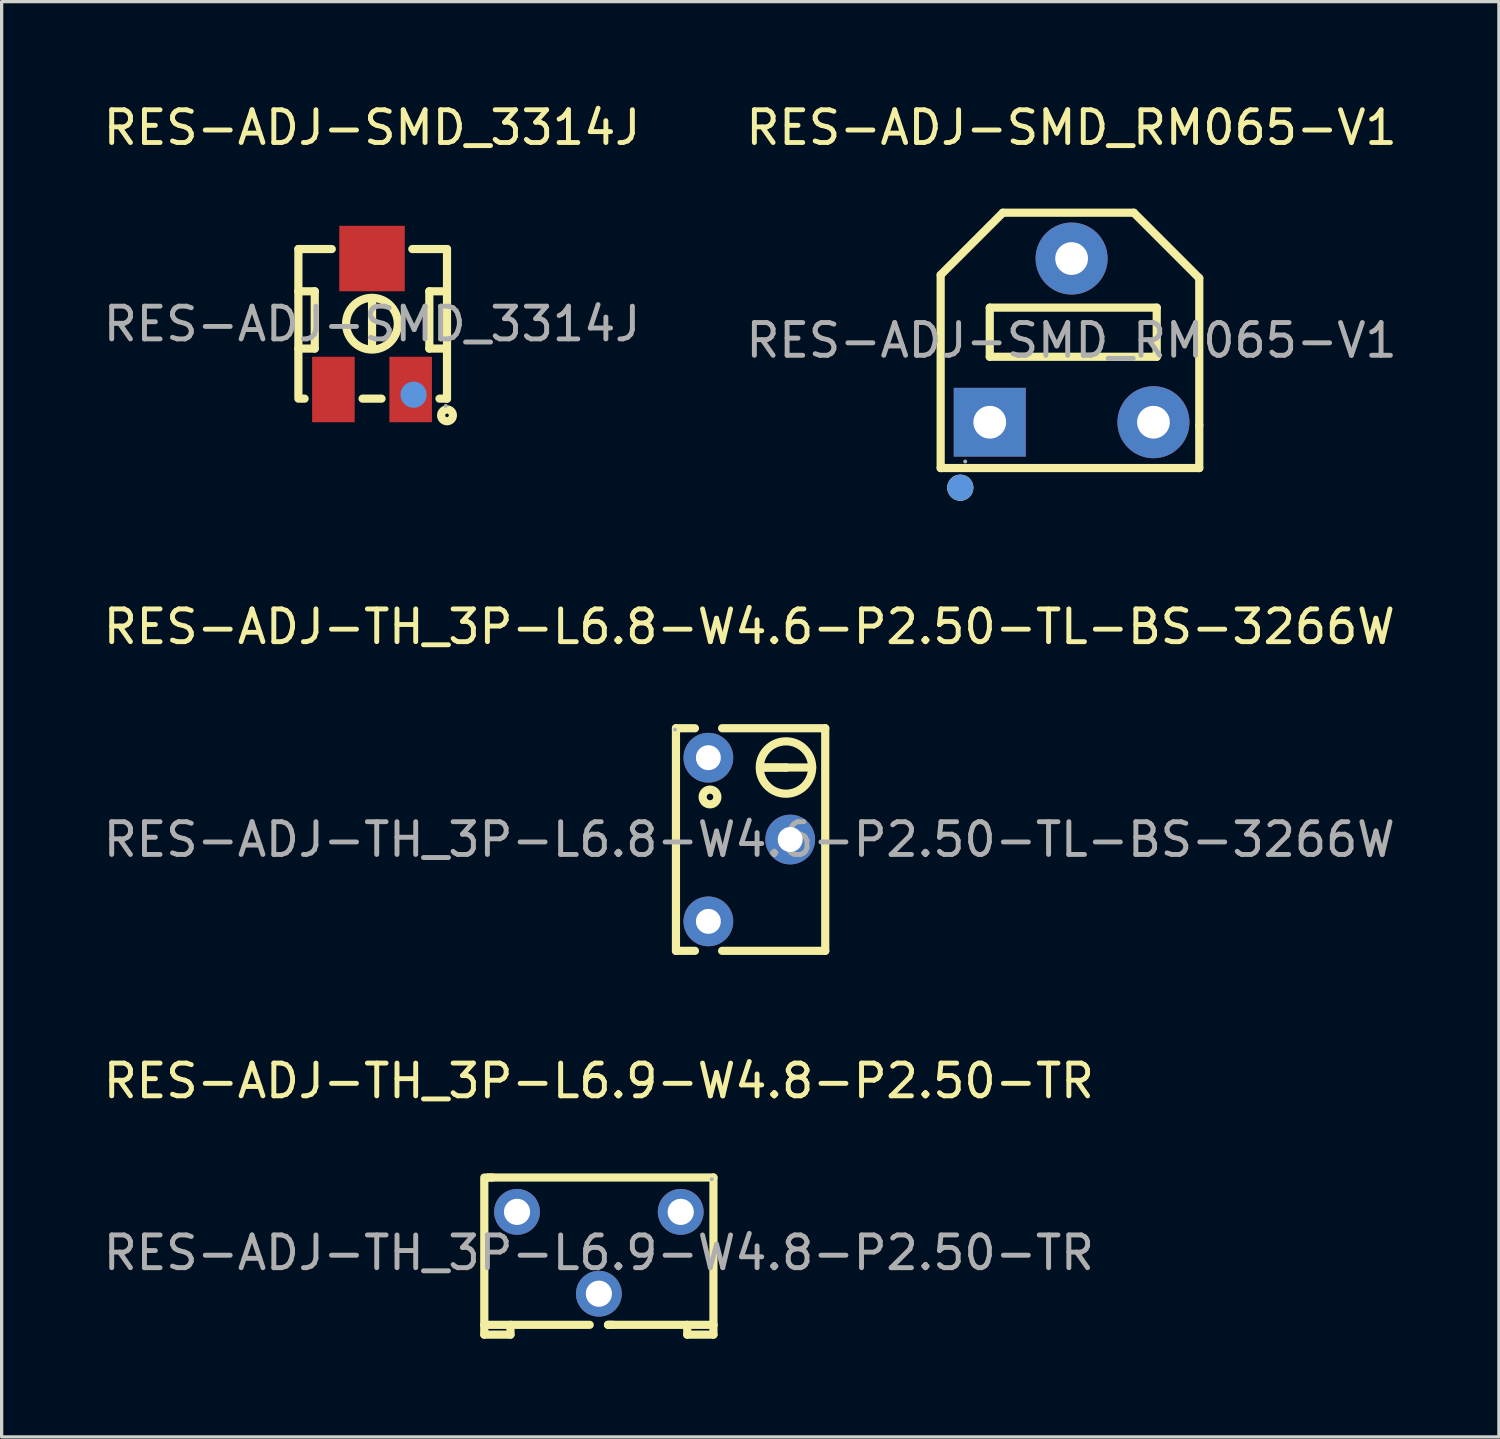
<source format=kicad_pcb>
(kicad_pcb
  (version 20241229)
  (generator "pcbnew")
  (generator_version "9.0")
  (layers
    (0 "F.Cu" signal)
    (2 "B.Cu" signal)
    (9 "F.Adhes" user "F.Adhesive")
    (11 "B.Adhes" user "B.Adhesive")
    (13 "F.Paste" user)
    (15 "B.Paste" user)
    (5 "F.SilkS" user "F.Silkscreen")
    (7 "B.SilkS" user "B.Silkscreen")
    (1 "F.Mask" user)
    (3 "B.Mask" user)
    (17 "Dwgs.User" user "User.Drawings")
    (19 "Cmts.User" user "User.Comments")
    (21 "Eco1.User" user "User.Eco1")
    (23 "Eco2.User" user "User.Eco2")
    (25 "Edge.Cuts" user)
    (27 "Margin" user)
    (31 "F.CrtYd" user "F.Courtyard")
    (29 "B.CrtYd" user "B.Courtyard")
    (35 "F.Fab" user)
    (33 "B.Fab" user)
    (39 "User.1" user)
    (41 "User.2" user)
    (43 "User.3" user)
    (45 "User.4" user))
  (footprint "RES-ADJ-SMD_RM065-V1"
    (layer "F.Cu")
    (at 29.685 7.348)
    (property "Reference" "RES-ADJ-SMD_RM065-V1" (at 0 -6.5 0) (layer "F.SilkS") (effects (font (size 1 1) (thickness 0.15))))
    (attr smd)
    (fp_line (start -4 -2) (end -2.1 -3.9) (stroke (width 0.25) (type solid)) (layer "F.SilkS"))
    (fp_line (start -4 3.9) (end -4 -2) (stroke (width 0.25) (type solid)) (layer "F.SilkS"))
    (fp_line (start -2.5 -1) (end 2.6 -1) (stroke (width 0.25) (type solid)) (layer "F.SilkS"))
    (fp_line (start -2.5 0.5) (end -2.5 -1) (stroke (width 0.25) (type solid)) (layer "F.SilkS"))
    (fp_line (start -2.1 -3.9) (end 1.9 -3.9) (stroke (width 0.25) (type solid)) (layer "F.SilkS"))
    (fp_line (start 1.9 -3.9) (end 3.9 -1.9) (stroke (width 0.25) (type solid)) (layer "F.SilkS"))
    (fp_line (start 2.6 -1) (end 2.6 0.5) (stroke (width 0.25) (type solid)) (layer "F.SilkS"))
    (fp_line (start 2.6 0.5) (end -2.5 0.5) (stroke (width 0.25) (type solid)) (layer "F.SilkS"))
    (fp_line (start 3.9 -1.9) (end 3.9 2.6) (stroke (width 0.25) (type solid)) (layer "F.SilkS"))
    (fp_line (start 3.9 2.6) (end 3.9 3.9) (stroke (width 0.25) (type solid)) (layer "F.SilkS"))
    (fp_line (start 3.9 3.9) (end -4 3.9) (stroke (width 0.25) (type solid)) (layer "F.SilkS"))
    (fp_circle (center -3.4 4.5) (end -3.2 4.5) (stroke (width 0.4) (type solid)) (fill no) (layer "F.SilkS"))
    (fp_circle (center -3.4 4.5) (end -3.2 4.5) (stroke (width 0.4) (type solid)) (fill no) (layer "Cmts.User"))
    (fp_circle (center -3.25 3.7) (end -3.22 3.7) (stroke (width 0.06) (type solid)) (fill no) (layer "F.Fab"))
    (fp_text user "${REFERENCE}" (at 0 0 0) (layer "F.Fab") (effects (font (size 1 1) (thickness 0.15))))
    (pad "1" thru_hole rect (at -2.5 2.5) (size 2.2 2.1) (drill 1) (layers "*.Cu" "*.Mask"))
    (pad "2" thru_hole circle (at 0 -2.5) (size 2.2 2.2) (drill 1) (layers "*.Cu" "*.Mask"))
    (pad "3" thru_hole circle (at 2.5 2.5) (size 2.2 2.2) (drill 1) (layers "*.Cu" "*.Mask")))
  (footprint "RES-ADJ-SMD_3314J"
    (layer "F.Cu")
    (at 8.315 6.848)
    (property "Reference" "RES-ADJ-SMD_3314J" (at 0 -6 0) (layer "F.SilkS") (effects (font (size 1 1) (thickness 0.15))))
    (attr smd)
    (fp_line (start -2.25 -2.29) (end -1.23 -2.29) (stroke (width 0.25) (type solid)) (layer "F.SilkS"))
    (fp_line (start -2.25 -1) (end -2.25 -2.29) (stroke (width 0.25) (type solid)) (layer "F.SilkS"))
    (fp_line (start -2.25 -1) (end -2.25 2.28) (stroke (width 0.25) (type solid)) (layer "F.SilkS"))
    (fp_line (start -2.25 -1) (end -1.75 -1) (stroke (width 0.25) (type solid)) (layer "F.SilkS"))
    (fp_line (start -2.06 2.28) (end -2.16 2.28) (stroke (width 0.25) (type solid)) (layer "F.SilkS"))
    (fp_line (start -1.75 -1) (end -1.75 0.75) (stroke (width 0.25) (type solid)) (layer "F.SilkS"))
    (fp_line (start -1.75 0.75) (end -2.25 0.75) (stroke (width 0.25) (type solid)) (layer "F.SilkS"))
    (fp_line (start 0 0.75) (end 0 -0.75) (stroke (width 0.25) (type solid)) (layer "F.SilkS"))
    (fp_line (start 0.29 2.28) (end -0.29 2.28) (stroke (width 0.25) (type solid)) (layer "F.SilkS"))
    (fp_line (start 1.23 -2.29) (end 2.29 -2.29) (stroke (width 0.25) (type solid)) (layer "F.SilkS"))
    (fp_line (start 1.75 -1) (end 2.25 -1) (stroke (width 0.25) (type solid)) (layer "F.SilkS"))
    (fp_line (start 1.75 0.75) (end 1.75 -1) (stroke (width 0.25) (type solid)) (layer "F.SilkS"))
    (fp_line (start 2.25 0.75) (end 1.75 0.75) (stroke (width 0.25) (type solid)) (layer "F.SilkS"))
    (fp_line (start 2.29 -2.29) (end 2.29 2.28) (stroke (width 0.25) (type solid)) (layer "F.SilkS"))
    (fp_line (start 2.29 2.28) (end 2.06 2.28) (stroke (width 0.25) (type solid)) (layer "F.SilkS"))
    (fp_arc (start 0.01 -0.8) (mid -0.004967 0.780048) (end -0.000066 -0.800063) (stroke (width 0.25) (type solid)) (layer "F.SilkS"))
    (fp_circle (center 2.29 2.79) (end 2.47 2.79) (stroke (width 0.25) (type solid)) (fill no) (layer "F.SilkS"))
    (fp_circle (center 1.27 2.16) (end 1.47 2.16) (stroke (width 0.4) (type solid)) (fill no) (layer "Cmts.User"))
    (fp_circle (center 2.25 2.5) (end 2.28 2.5) (stroke (width 0.06) (type solid)) (fill no) (layer "F.Fab"))
    (fp_text user "${REFERENCE}" (at 0 0 0) (layer "F.Fab") (effects (font (size 1 1) (thickness 0.15))))
    (pad "1" smd rect (at 1.18 2 90) (size 2 1.3) (layers "F.Cu" "F.Mask" "F.Paste"))
    (pad "2" smd rect (at 0 -2) (size 2 2) (layers "F.Cu" "F.Mask" "F.Paste"))
    (pad "3" smd rect (at -1.18 2 90) (size 2 1.3) (layers "F.Cu" "F.Mask" "F.Paste")))
  (footprint "RES-ADJ-TH_3P-L6.9-W4.8-P2.50-TR"
    (layer "F.Cu")
    (at 15.244 35.22)
    (property "Reference" "RES-ADJ-TH_3P-L6.9-W4.8-P2.50-TR" (at 0 -5.25 0) (layer "F.SilkS") (effects (font (size 1 1) (thickness 0.15))))
    (attr through_hole)
    (fp_line (start -3.5 -2.3) (end -3.5 2.2) (stroke (width 0.25) (type solid)) (layer "F.SilkS"))
    (fp_line (start -3.5 2.2) (end -3.5 2.5) (stroke (width 0.25) (type solid)) (layer "F.SilkS"))
    (fp_line (start -3.5 2.2) (end -0.28 2.2) (stroke (width 0.25) (type solid)) (layer "F.SilkS"))
    (fp_line (start -3.5 2.5) (end -2.7 2.5) (stroke (width 0.25) (type solid)) (layer "F.SilkS"))
    (fp_line (start -3.4 -2.3) (end 3.5 -2.3) (stroke (width 0.25) (type solid)) (layer "F.SilkS"))
    (fp_line (start -3.25 -2.3) (end -3.4 -2.3) (stroke (width 0.25) (type solid)) (layer "F.SilkS"))
    (fp_line (start -2.7 2.5) (end -2.7 2.2) (stroke (width 0.25) (type solid)) (layer "F.SilkS"))
    (fp_line (start 0.28 2.2) (end 0.43 2.2) (stroke (width 0.25) (type solid)) (layer "F.SilkS"))
    (fp_line (start 2.7 2.5) (end 2.7 2.2) (stroke (width 0.25) (type solid)) (layer "F.SilkS"))
    (fp_line (start 3.5 -2.3) (end 3.5 2.2) (stroke (width 0.25) (type solid)) (layer "F.SilkS"))
    (fp_line (start 3.5 2.2) (end 0.28 2.2) (stroke (width 0.25) (type solid)) (layer "F.SilkS"))
    (fp_line (start 3.5 2.2) (end 3.5 2.5) (stroke (width 0.25) (type solid)) (layer "F.SilkS"))
    (fp_line (start 3.5 2.5) (end 2.7 2.5) (stroke (width 0.25) (type solid)) (layer "F.SilkS"))
    (fp_circle (center 3.45 -2.25) (end 3.48 -2.25) (stroke (width 0.06) (type solid)) (fill no) (layer "F.Fab"))
    (fp_text user "${REFERENCE}" (at 0 0 0) (layer "F.Fab") (effects (font (size 1 1) (thickness 0.15))))
    (pad "1" thru_hole circle (at 2.5 -1.25) (size 1.4 1.4) (drill 0.8) (layers "*.Cu" "*.Mask"))
    (pad "2" thru_hole circle (at 0 1.25) (size 1.4 1.4) (drill 0.8) (layers "*.Cu" "*.Mask"))
    (pad "3" thru_hole circle (at -2.5 -1.25) (size 1.4 1.4) (drill 0.8) (layers "*.Cu" "*.Mask")))
  (footprint "RES-ADJ-TH_3P-L6.8-W4.6-P2.50-TL-BS-3266W"
    (layer "F.Cu")
    (at 19.839 22.596)
    (property "Reference" "RES-ADJ-TH_3P-L6.8-W4.6-P2.50-TL-BS-3266W" (at 0 -6.5 0) (layer "F.SilkS") (effects (font (size 1 1) (thickness 0.15))))
    (attr through_hole)
    (fp_line (start -2.24 3.4) (end -2.24 -3.4) (stroke (width 0.25) (type solid)) (layer "F.SilkS"))
    (fp_line (start -1.66 -3.4) (end -2.24 -3.4) (stroke (width 0.25) (type solid)) (layer "F.SilkS"))
    (fp_line (start -1.66 3.4) (end -2.24 3.4) (stroke (width 0.25) (type solid)) (layer "F.SilkS"))
    (fp_line (start 0.35 -2.2) (end 1.13 -2.2) (stroke (width 0.25) (type solid)) (layer "F.SilkS"))
    (fp_line (start 1.13 -2.2) (end 0.35 -2.2) (stroke (width 0.25) (type solid)) (layer "F.SilkS"))
    (fp_line (start 1.13 -2.2) (end 1.92 -2.2) (stroke (width 0.25) (type solid)) (layer "F.SilkS"))
    (fp_line (start 2.32 -3.4) (end -0.83 -3.4) (stroke (width 0.25) (type solid)) (layer "F.SilkS"))
    (fp_line (start 2.32 3.4) (end -0.83 3.4) (stroke (width 0.25) (type solid)) (layer "F.SilkS"))
    (fp_line (start 2.32 3.4) (end 2.32 -3.4) (stroke (width 0.25) (type solid)) (layer "F.SilkS"))
    (fp_circle (center -1.2 -1.3) (end -1.1 -1.3) (stroke (width 0.25) (type solid)) (fill no) (layer "F.SilkS"))
    (fp_circle (center 1.12 -2.2) (end 1.92 -2.2) (stroke (width 0.25) (type solid)) (fill no) (layer "F.SilkS"))
    (fp_circle (center -2.27 -3.36) (end -2.24 -3.36) (stroke (width 0.06) (type solid)) (fill no) (layer "F.Fab"))
    (fp_circle (center -1.25 -2.5) (end -1.11 -2.5) (stroke (width 0.28) (type solid)) (fill no) (layer "F.Fab"))
    (fp_circle (center -1.25 2.5) (end -1.11 2.5) (stroke (width 0.28) (type solid)) (fill no) (layer "F.Fab"))
    (fp_circle (center 1.25 0) (end 1.39 0) (stroke (width 0.28) (type solid)) (fill no) (layer "F.Fab"))
    (fp_text user "${REFERENCE}" (at 0 0 0) (layer "F.Fab") (effects (font (size 1 1) (thickness 0.15))))
    (pad "1" thru_hole circle (at -1.25 -2.5 90) (size 1.52 1.52) (drill 0.762) (layers "*.Cu" "*.Mask"))
    (pad "2" thru_hole circle (at 1.25 0 90) (size 1.52 1.52) (drill 0.762) (layers "*.Cu" "*.Mask"))
    (pad "3" thru_hole circle (at -1.25 2.5 90) (size 1.52 1.52) (drill 0.762) (layers "*.Cu" "*.Mask")))
  (gr_rect
    (start -3 -3)
    (end 42.738 40.845)
    (stroke (width 0.1) (type default))
    (fill no)
    (layer "Edge.Cuts")))
</source>
